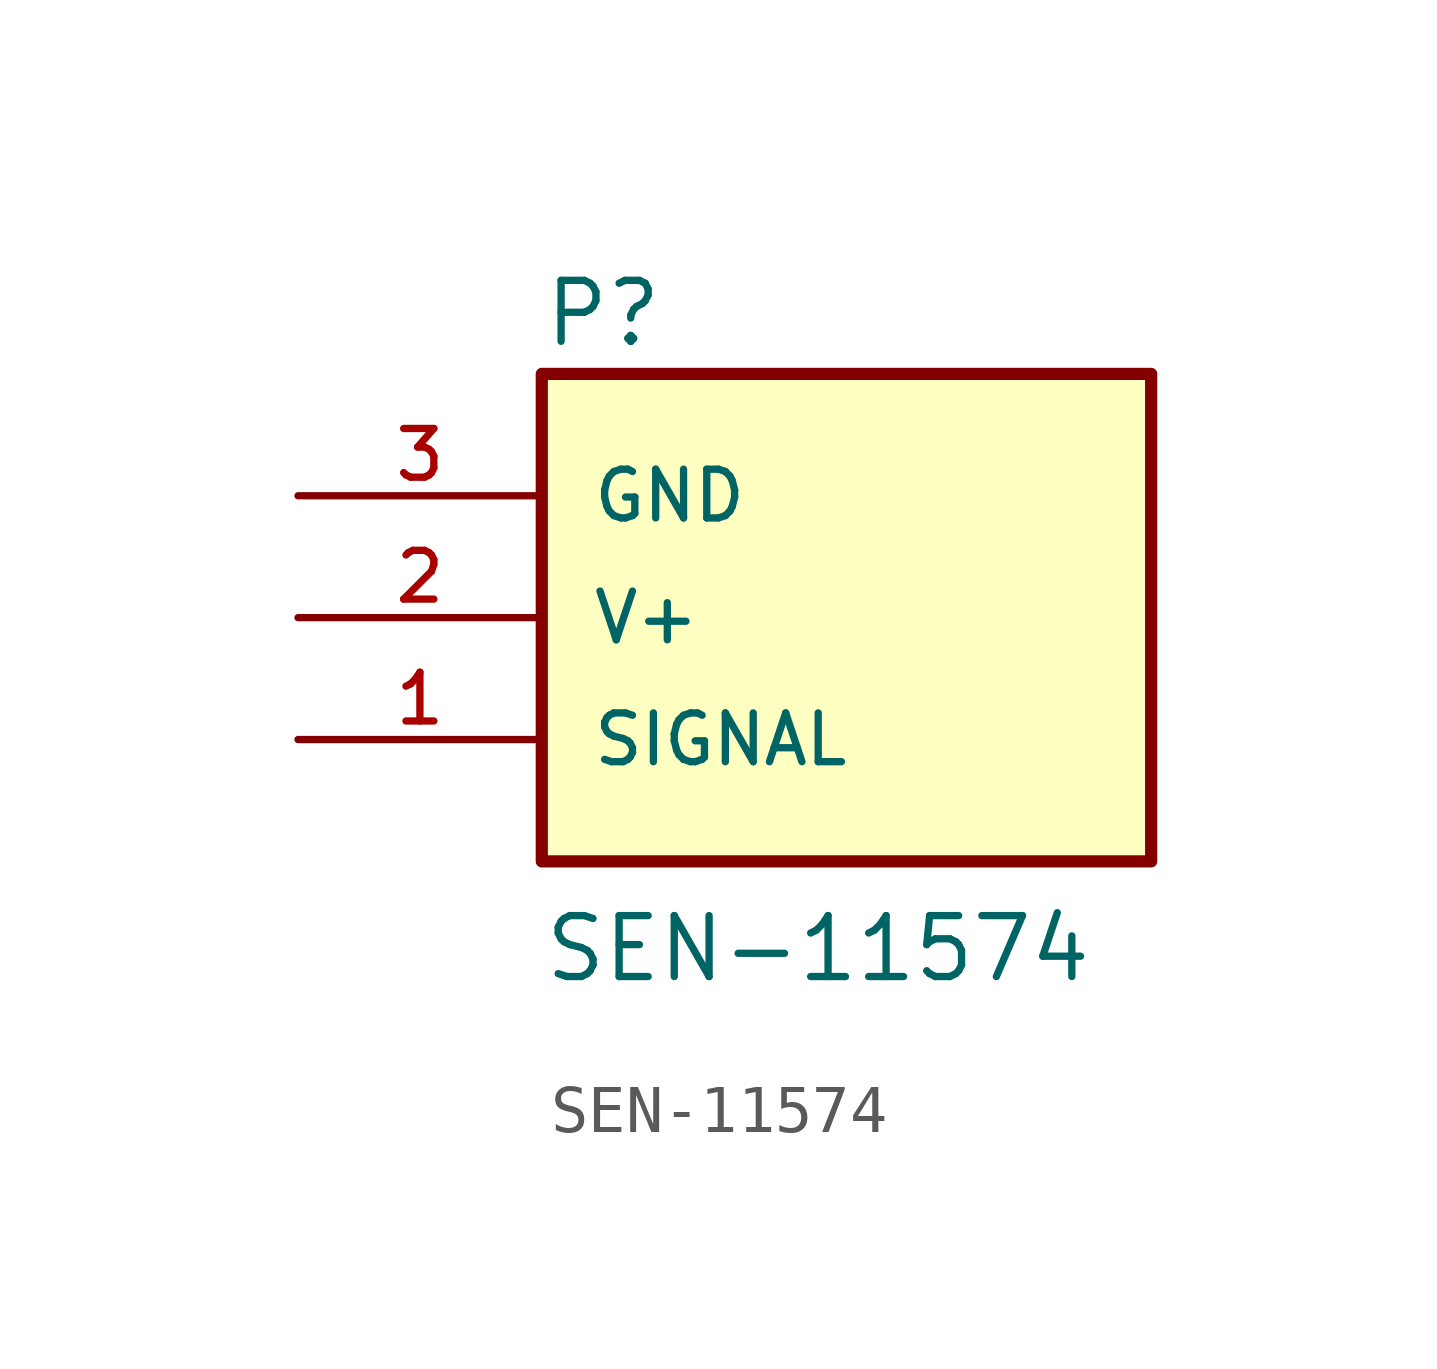
<source format=kicad_sym>
(kicad_symbol_lib
  (version 20211014)
  (generator kicad_symbol_editor)
  (symbol "SEN-11574"
    (pin_names
      (offset 1.016))
    (property "Reference" "P"
      (at 0.0 5.596 0)
      (effects (font (size 1.27 1.27)) (justify bottom left)))
    (property "Value" "SEN-11574"
      (at 0.0 -7.643 0)
      (effects (font (size 1.27 1.27)) (justify bottom left)))
    (symbol "SEN-11574_0_0"
      (rectangle (start -8.881784197e-16 -5.08) (end 12.7 5.08) (stroke (width 0.254)) (fill (type background)))
      (pin power_in line (at -5.08 0.0 0) (length 5.08) (name "V+" (effects (font (size 1.016 1.016)))) (number "2" (effects (font (size 1.016 1.016)))))
      (pin bidirectional line (at -5.08 -2.54 0) (length 5.08) (name "SIGNAL" (effects (font (size 1.016 1.016)))) (number "1" (effects (font (size 1.016 1.016)))))
      (pin power_in line (at -5.08 2.54 0) (length 5.08) (name "GND" (effects (font (size 1.016 1.016)))) (number "3" (effects (font (size 1.016 1.016))))))))
</source>
